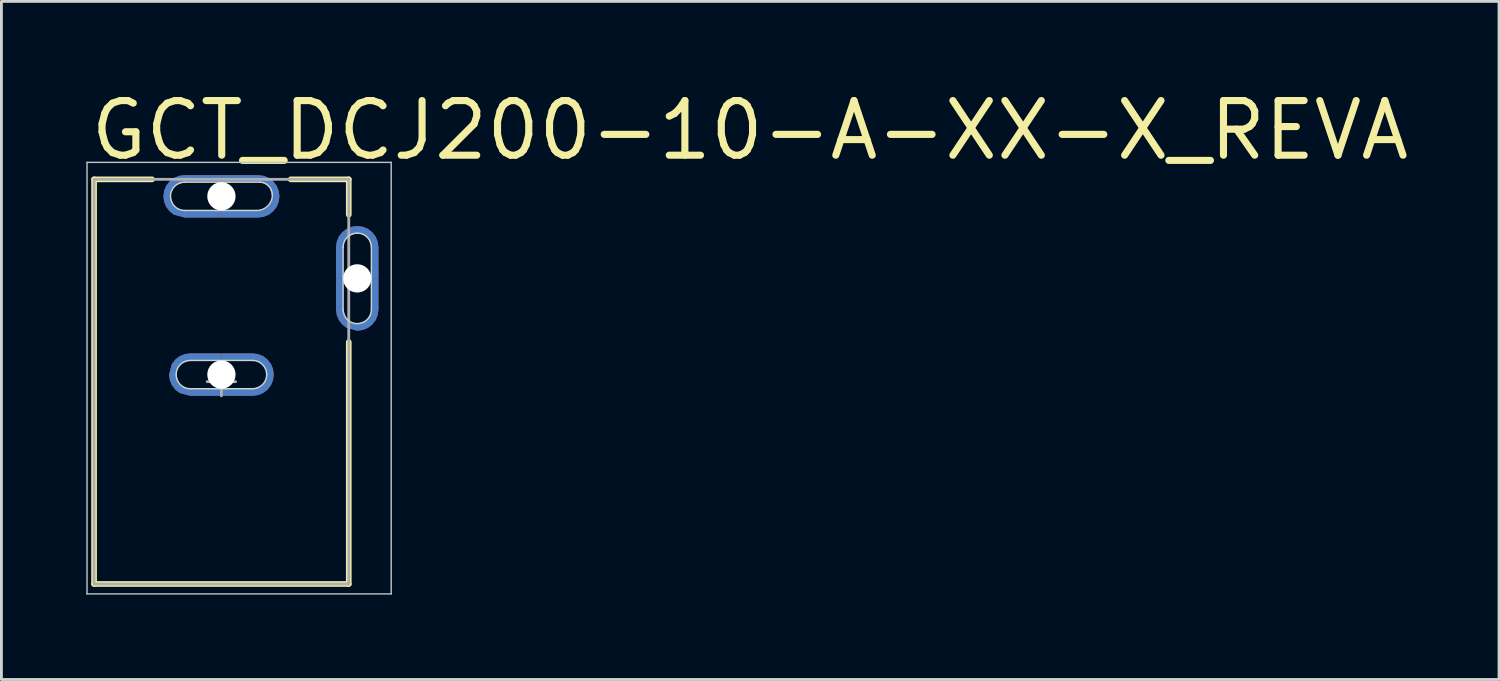
<source format=kicad_pcb>
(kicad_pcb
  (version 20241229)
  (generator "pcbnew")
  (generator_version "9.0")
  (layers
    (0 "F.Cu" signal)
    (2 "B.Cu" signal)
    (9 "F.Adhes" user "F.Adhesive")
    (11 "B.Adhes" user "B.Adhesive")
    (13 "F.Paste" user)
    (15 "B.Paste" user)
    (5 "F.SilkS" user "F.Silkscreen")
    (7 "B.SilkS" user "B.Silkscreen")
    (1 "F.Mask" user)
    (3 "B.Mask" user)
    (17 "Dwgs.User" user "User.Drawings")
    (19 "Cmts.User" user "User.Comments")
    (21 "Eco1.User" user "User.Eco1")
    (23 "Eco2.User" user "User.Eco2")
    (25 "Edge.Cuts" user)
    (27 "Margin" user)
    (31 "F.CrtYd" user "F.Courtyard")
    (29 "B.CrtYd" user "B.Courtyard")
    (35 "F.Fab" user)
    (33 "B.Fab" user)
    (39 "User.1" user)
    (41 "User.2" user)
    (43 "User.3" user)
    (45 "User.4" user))
  (footprint "GCT_DCJ200-10-A-XX-X_REVA"
    (layer "F.Cu")
    (at 4.775 10.438)
    (property "Reference" "GCT_DCJ200-10-A-XX-X_REVA" (at -4.752 -7.754 0) (layer "F.SilkS") (effects (font (size 1.931 1.931) (thickness 0.251)) (justify left bottom)))
    (attr through_hole)
    (fp_poly (pts (xy 0 -7.05) (xy 0 -7.3) (xy -1.3 -7.3) (xy -1.494 -7.274) (xy -1.675 -7.2) (xy -1.83 -7.08) (xy -1.95 -6.925) (xy -2.024 -6.744) (xy -2.05 -6.55) (xy -2.024 -6.356) (xy -1.95 -6.175) (xy -1.83 -6.02) (xy -1.675 -5.9) (xy -1.3 -5.8) (xy 0 -5.8) (xy 0 -6.05) (xy -1.3 -6.05) (xy -1.455 -6.074) (xy -1.594 -6.145) (xy -1.705 -6.256) (xy -1.8 -6.55) (xy -1.776 -6.705) (xy -1.705 -6.844) (xy -1.594 -6.955) (xy -1.3 -7.05)) (stroke (width 0) (type solid)) (fill yes) (layer "F.Cu"))
    (fp_poly (pts (xy 4.3 -3.65) (xy 4.05 -3.65) (xy 4.05 -2.55) (xy 4.076 -2.356) (xy 4.15 -2.175) (xy 4.27 -2.02) (xy 4.425 -1.9) (xy 4.8 -1.8) (xy 4.994 -1.826) (xy 5.175 -1.9) (xy 5.33 -2.02) (xy 5.45 -2.175) (xy 5.524 -2.356) (xy 5.55 -2.55) (xy 5.55 -3.65) (xy 5.3 -3.65) (xy 5.3 -2.55) (xy 5.276 -2.395) (xy 5.205 -2.256) (xy 5.094 -2.145) (xy 4.8 -2.05) (xy 4.645 -2.074) (xy 4.506 -2.145) (xy 4.395 -2.256) (xy 4.3 -2.55)) (stroke (width 0) (type solid)) (fill yes) (layer "F.Cu"))
    (fp_poly (pts (xy 0 -6.05) (xy 0 -5.8) (xy 1.3 -5.8) (xy 1.494 -5.826) (xy 1.675 -5.9) (xy 1.83 -6.02) (xy 1.95 -6.175) (xy 2.024 -6.356) (xy 2.05 -6.55) (xy 2.024 -6.744) (xy 1.95 -6.925) (xy 1.83 -7.08) (xy 1.675 -7.2) (xy 1.494 -7.274) (xy 1.3 -7.3) (xy 0 -7.3) (xy 0 -7.05) (xy 1.3 -7.05) (xy 1.455 -7.026) (xy 1.594 -6.955) (xy 1.705 -6.844) (xy 1.8 -6.55) (xy 1.776 -6.395) (xy 1.705 -6.256) (xy 1.594 -6.145) (xy 1.3 -6.05)) (stroke (width 0) (type solid)) (fill yes) (layer "F.Cu"))
    (fp_poly (pts (xy 0 -0.75) (xy 0 -1) (xy -1.1 -1) (xy -1.1 -1) (xy -1.294 -0.974) (xy -1.475 -0.9) (xy -1.63 -0.78) (xy -1.75 -0.625) (xy -1.85 -0.25) (xy -1.824 -0.056) (xy -1.75 0.125) (xy -1.63 0.28) (xy -1.475 0.4) (xy -1.1 0.5) (xy 0 0.5) (xy 0 0.25) (xy -1.1 0.25) (xy -1.255 0.226) (xy -1.394 0.155) (xy -1.505 0.044) (xy -1.6 -0.25) (xy -1.6 -0.25) (xy -1.576 -0.405) (xy -1.505 -0.544) (xy -1.394 -0.655) (xy -1.1 -0.75)) (stroke (width 0) (type solid)) (fill yes) (layer "F.Cu"))
    (fp_poly (pts (xy 5.3 -3.65) (xy 5.55 -3.65) (xy 5.55 -4.75) (xy 5.524 -4.944) (xy 5.45 -5.125) (xy 5.33 -5.28) (xy 5.175 -5.4) (xy 4.994 -5.474) (xy 4.8 -5.5) (xy 4.606 -5.474) (xy 4.425 -5.4) (xy 4.27 -5.28) (xy 4.15 -5.125) (xy 4.076 -4.944) (xy 4.05 -4.75) (xy 4.05 -3.65) (xy 4.3 -3.65) (xy 4.3 -4.75) (xy 4.324 -4.905) (xy 4.395 -5.044) (xy 4.506 -5.155) (xy 4.8 -5.25) (xy 4.955 -5.226) (xy 5.094 -5.155) (xy 5.205 -5.044) (xy 5.3 -4.75)) (stroke (width 0) (type solid)) (fill yes) (layer "F.Cu"))
    (fp_poly (pts (xy 0 0.25) (xy 0 0.5) (xy 1.1 0.5) (xy 1.294 0.474) (xy 1.475 0.4) (xy 1.63 0.28) (xy 1.75 0.125) (xy 1.824 -0.056) (xy 1.85 -0.25) (xy 1.85 -0.25) (xy 1.824 -0.444) (xy 1.75 -0.625) (xy 1.63 -0.78) (xy 1.475 -0.9) (xy 1.294 -0.974) (xy 1.1 -1) (xy 0 -1) (xy 0 -0.75) (xy 1.1 -0.75) (xy 1.1 -0.75) (xy 1.255 -0.726) (xy 1.394 -0.655) (xy 1.505 -0.544) (xy 1.576 -0.405) (xy 1.6 -0.25) (xy 1.576 -0.095) (xy 1.505 0.044) (xy 1.394 0.155) (xy 1.1 0.25)) (stroke (width 0) (type solid)) (fill yes) (layer "F.Cu"))
    (fp_poly (pts (xy -2.152 -5.706) (xy 2.15 -5.706) (xy 2.15 -7.4) (xy -2.152 -7.4)) (stroke (width 0) (type solid)) (fill yes) (layer "F.Mask"))
    (fp_poly (pts (xy -1.951 0.6) (xy 1.95 0.6) (xy 1.95 -1.1) (xy -1.951 -1.1)) (stroke (width 0) (type solid)) (fill yes) (layer "F.Mask"))
    (fp_poly (pts (xy 5.65 -1.704) (xy 5.65 -5.6) (xy 3.954 -5.6) (xy 3.954 -1.704)) (stroke (width 0) (type solid)) (fill yes) (layer "F.Mask"))
    (fp_poly (pts (xy 0 -7.05) (xy 0 -7.3) (xy -1.3 -7.3) (xy -1.494 -7.274) (xy -1.675 -7.2) (xy -1.83 -7.08) (xy -1.95 -6.925) (xy -2.024 -6.744) (xy -2.05 -6.55) (xy -2.024 -6.356) (xy -1.95 -6.175) (xy -1.83 -6.02) (xy -1.675 -5.9) (xy -1.3 -5.8) (xy 0 -5.8) (xy 0 -6.05) (xy -1.3 -6.05) (xy -1.455 -6.074) (xy -1.594 -6.145) (xy -1.705 -6.256) (xy -1.8 -6.55) (xy -1.776 -6.705) (xy -1.705 -6.844) (xy -1.594 -6.955) (xy -1.3 -7.05)) (stroke (width 0) (type solid)) (fill yes) (layer "B.Cu"))
    (fp_poly (pts (xy 4.3 -3.65) (xy 4.05 -3.65) (xy 4.05 -2.55) (xy 4.076 -2.356) (xy 4.15 -2.175) (xy 4.27 -2.02) (xy 4.425 -1.9) (xy 4.8 -1.8) (xy 4.994 -1.826) (xy 5.175 -1.9) (xy 5.33 -2.02) (xy 5.45 -2.175) (xy 5.524 -2.356) (xy 5.55 -2.55) (xy 5.55 -3.65) (xy 5.3 -3.65) (xy 5.3 -2.55) (xy 5.276 -2.395) (xy 5.205 -2.256) (xy 5.094 -2.145) (xy 4.8 -2.05) (xy 4.645 -2.074) (xy 4.506 -2.145) (xy 4.395 -2.256) (xy 4.3 -2.55)) (stroke (width 0) (type solid)) (fill yes) (layer "B.Cu"))
    (fp_poly (pts (xy 0 -6.05) (xy 0 -5.8) (xy 1.3 -5.8) (xy 1.494 -5.826) (xy 1.675 -5.9) (xy 1.83 -6.02) (xy 1.95 -6.175) (xy 2.024 -6.356) (xy 2.05 -6.55) (xy 2.024 -6.744) (xy 1.95 -6.925) (xy 1.83 -7.08) (xy 1.675 -7.2) (xy 1.494 -7.274) (xy 1.3 -7.3) (xy 0 -7.3) (xy 0 -7.05) (xy 1.3 -7.05) (xy 1.455 -7.026) (xy 1.594 -6.955) (xy 1.705 -6.844) (xy 1.8 -6.55) (xy 1.776 -6.395) (xy 1.705 -6.256) (xy 1.594 -6.145) (xy 1.3 -6.05)) (stroke (width 0) (type solid)) (fill yes) (layer "B.Cu"))
    (fp_poly (pts (xy 0 -0.75) (xy 0 -1) (xy -1.1 -1) (xy -1.1 -1) (xy -1.294 -0.974) (xy -1.475 -0.9) (xy -1.63 -0.78) (xy -1.75 -0.625) (xy -1.85 -0.25) (xy -1.824 -0.056) (xy -1.75 0.125) (xy -1.63 0.28) (xy -1.475 0.4) (xy -1.1 0.5) (xy 0 0.5) (xy 0 0.25) (xy -1.1 0.25) (xy -1.255 0.226) (xy -1.394 0.155) (xy -1.505 0.044) (xy -1.6 -0.25) (xy -1.6 -0.25) (xy -1.576 -0.405) (xy -1.505 -0.544) (xy -1.394 -0.655) (xy -1.1 -0.75)) (stroke (width 0) (type solid)) (fill yes) (layer "B.Cu"))
    (fp_poly (pts (xy 5.3 -3.65) (xy 5.55 -3.65) (xy 5.55 -4.75) (xy 5.524 -4.944) (xy 5.45 -5.125) (xy 5.33 -5.28) (xy 5.175 -5.4) (xy 4.994 -5.474) (xy 4.8 -5.5) (xy 4.606 -5.474) (xy 4.425 -5.4) (xy 4.27 -5.28) (xy 4.15 -5.125) (xy 4.076 -4.944) (xy 4.05 -4.75) (xy 4.05 -3.65) (xy 4.3 -3.65) (xy 4.3 -4.75) (xy 4.324 -4.905) (xy 4.395 -5.044) (xy 4.506 -5.155) (xy 4.8 -5.25) (xy 4.955 -5.226) (xy 5.094 -5.155) (xy 5.205 -5.044) (xy 5.3 -4.75)) (stroke (width 0) (type solid)) (fill yes) (layer "B.Cu"))
    (fp_poly (pts (xy 0 0.25) (xy 0 0.5) (xy 1.1 0.5) (xy 1.294 0.474) (xy 1.475 0.4) (xy 1.63 0.28) (xy 1.75 0.125) (xy 1.824 -0.056) (xy 1.85 -0.25) (xy 1.85 -0.25) (xy 1.824 -0.444) (xy 1.75 -0.625) (xy 1.63 -0.78) (xy 1.475 -0.9) (xy 1.294 -0.974) (xy 1.1 -1) (xy 0 -1) (xy 0 -0.75) (xy 1.1 -0.75) (xy 1.1 -0.75) (xy 1.255 -0.726) (xy 1.394 -0.655) (xy 1.505 -0.544) (xy 1.576 -0.405) (xy 1.6 -0.25) (xy 1.576 -0.095) (xy 1.505 0.044) (xy 1.394 0.155) (xy 1.1 0.25)) (stroke (width 0) (type solid)) (fill yes) (layer "B.Cu"))
    (fp_poly (pts (xy -2.154 -5.71) (xy 2.15 -5.71) (xy 2.15 -7.4) (xy -2.154 -7.4)) (stroke (width 0) (type solid)) (fill yes) (layer "B.Mask"))
    (fp_poly (pts (xy -1.95 0.6) (xy 1.95 0.6) (xy 1.95 -1.1) (xy -1.95 -1.1)) (stroke (width 0) (type solid)) (fill yes) (layer "B.Mask"))
    (fp_poly (pts (xy 5.65 -1.705) (xy 5.65 -5.6) (xy 3.955 -5.6) (xy 3.955 -1.705)) (stroke (width 0) (type solid)) (fill yes) (layer "B.Mask"))
    (fp_line (start -4.5 -7.15) (end -4.5 7.15) (stroke (width 0.2) (type solid)) (layer "F.SilkS"))
    (fp_line (start -4.5 7.15) (end 4.5 7.15) (stroke (width 0.2) (type solid)) (layer "F.SilkS"))
    (fp_line (start -2.45 -7.15) (end -4.5 -7.15) (stroke (width 0.2) (type solid)) (layer "F.SilkS"))
    (fp_line (start 2.45 -7.15) (end 4.5 -7.15) (stroke (width 0.2) (type solid)) (layer "F.SilkS"))
    (fp_line (start 4.5 -7.15) (end 4.5 -5.9) (stroke (width 0.2) (type solid)) (layer "F.SilkS"))
    (fp_line (start 4.5 7.15) (end 4.5 -1.4) (stroke (width 0.2) (type solid)) (layer "F.SilkS"))
    (fp_poly (pts (xy 0 -7.05) (xy 0 -7.3) (xy -1.3 -7.3) (xy -1.494 -7.274) (xy -1.675 -7.2) (xy -1.83 -7.08) (xy -1.95 -6.925) (xy -2.024 -6.744) (xy -2.05 -6.55) (xy -2.024 -6.356) (xy -1.95 -6.175) (xy -1.83 -6.02) (xy -1.675 -5.9) (xy -1.3 -5.8) (xy 0 -5.8) (xy 0 -6.05) (xy -1.3 -6.05) (xy -1.455 -6.074) (xy -1.594 -6.145) (xy -1.705 -6.256) (xy -1.8 -6.55) (xy -1.776 -6.705) (xy -1.705 -6.844) (xy -1.594 -6.955) (xy -1.3 -7.05)) (stroke (width 0) (type solid)) (fill yes) (layer "F.Paste"))
    (fp_poly (pts (xy 4.3 -3.65) (xy 4.05 -3.65) (xy 4.05 -2.55) (xy 4.076 -2.356) (xy 4.15 -2.175) (xy 4.27 -2.02) (xy 4.425 -1.9) (xy 4.8 -1.8) (xy 4.994 -1.826) (xy 5.175 -1.9) (xy 5.33 -2.02) (xy 5.45 -2.175) (xy 5.524 -2.356) (xy 5.55 -2.55) (xy 5.55 -3.65) (xy 5.3 -3.65) (xy 5.3 -2.55) (xy 5.276 -2.395) (xy 5.205 -2.256) (xy 5.094 -2.145) (xy 4.8 -2.05) (xy 4.645 -2.074) (xy 4.506 -2.145) (xy 4.395 -2.256) (xy 4.3 -2.55)) (stroke (width 0) (type solid)) (fill yes) (layer "F.Paste"))
    (fp_poly (pts (xy 0 -6.05) (xy 0 -5.8) (xy 1.3 -5.8) (xy 1.494 -5.826) (xy 1.675 -5.9) (xy 1.83 -6.02) (xy 1.95 -6.175) (xy 2.024 -6.356) (xy 2.05 -6.55) (xy 2.024 -6.744) (xy 1.95 -6.925) (xy 1.83 -7.08) (xy 1.675 -7.2) (xy 1.494 -7.274) (xy 1.3 -7.3) (xy 0 -7.3) (xy 0 -7.05) (xy 1.3 -7.05) (xy 1.455 -7.026) (xy 1.594 -6.955) (xy 1.705 -6.844) (xy 1.8 -6.55) (xy 1.776 -6.395) (xy 1.705 -6.256) (xy 1.594 -6.145) (xy 1.3 -6.05)) (stroke (width 0) (type solid)) (fill yes) (layer "F.Paste"))
    (fp_poly (pts (xy 0 -0.75) (xy 0 -1) (xy -1.1 -1) (xy -1.1 -1) (xy -1.294 -0.974) (xy -1.475 -0.9) (xy -1.63 -0.78) (xy -1.75 -0.625) (xy -1.85 -0.25) (xy -1.824 -0.056) (xy -1.75 0.125) (xy -1.63 0.28) (xy -1.475 0.4) (xy -1.1 0.5) (xy 0 0.5) (xy 0 0.25) (xy -1.1 0.25) (xy -1.255 0.226) (xy -1.394 0.155) (xy -1.505 0.044) (xy -1.6 -0.25) (xy -1.6 -0.25) (xy -1.576 -0.405) (xy -1.505 -0.544) (xy -1.394 -0.655) (xy -1.1 -0.75)) (stroke (width 0) (type solid)) (fill yes) (layer "F.Paste"))
    (fp_poly (pts (xy 5.3 -3.65) (xy 5.55 -3.65) (xy 5.55 -4.75) (xy 5.524 -4.944) (xy 5.45 -5.125) (xy 5.33 -5.28) (xy 5.175 -5.4) (xy 4.994 -5.474) (xy 4.8 -5.5) (xy 4.606 -5.474) (xy 4.425 -5.4) (xy 4.27 -5.28) (xy 4.15 -5.125) (xy 4.076 -4.944) (xy 4.05 -4.75) (xy 4.05 -3.65) (xy 4.3 -3.65) (xy 4.3 -4.75) (xy 4.324 -4.905) (xy 4.395 -5.044) (xy 4.506 -5.155) (xy 4.8 -5.25) (xy 4.955 -5.226) (xy 5.094 -5.155) (xy 5.205 -5.044) (xy 5.3 -4.75)) (stroke (width 0) (type solid)) (fill yes) (layer "F.Paste"))
    (fp_poly (pts (xy 0 0.25) (xy 0 0.5) (xy 1.1 0.5) (xy 1.294 0.474) (xy 1.475 0.4) (xy 1.63 0.28) (xy 1.75 0.125) (xy 1.824 -0.056) (xy 1.85 -0.25) (xy 1.85 -0.25) (xy 1.824 -0.444) (xy 1.75 -0.625) (xy 1.63 -0.78) (xy 1.475 -0.9) (xy 1.294 -0.974) (xy 1.1 -1) (xy 0 -1) (xy 0 -0.75) (xy 1.1 -0.75) (xy 1.1 -0.75) (xy 1.255 -0.726) (xy 1.394 -0.655) (xy 1.505 -0.544) (xy 1.576 -0.405) (xy 1.6 -0.25) (xy 1.576 -0.095) (xy 1.505 0.044) (xy 1.394 0.155) (xy 1.1 0.25)) (stroke (width 0) (type solid)) (fill yes) (layer "F.Paste"))
    (fp_poly (pts (xy 0 -7.05) (xy 0 -7.3) (xy -1.3 -7.3) (xy -1.494 -7.274) (xy -1.675 -7.2) (xy -1.83 -7.08) (xy -1.95 -6.925) (xy -2.024 -6.744) (xy -2.05 -6.55) (xy -2.024 -6.356) (xy -1.95 -6.175) (xy -1.83 -6.02) (xy -1.675 -5.9) (xy -1.3 -5.8) (xy 0 -5.8) (xy 0 -6.05) (xy -1.3 -6.05) (xy -1.455 -6.074) (xy -1.594 -6.145) (xy -1.705 -6.256) (xy -1.8 -6.55) (xy -1.776 -6.705) (xy -1.705 -6.844) (xy -1.594 -6.955) (xy -1.3 -7.05)) (stroke (width 0) (type solid)) (fill yes) (layer "B.Paste"))
    (fp_poly (pts (xy 4.3 -3.65) (xy 4.05 -3.65) (xy 4.05 -2.55) (xy 4.076 -2.356) (xy 4.15 -2.175) (xy 4.27 -2.02) (xy 4.425 -1.9) (xy 4.8 -1.8) (xy 4.994 -1.826) (xy 5.175 -1.9) (xy 5.33 -2.02) (xy 5.45 -2.175) (xy 5.524 -2.356) (xy 5.55 -2.55) (xy 5.55 -3.65) (xy 5.3 -3.65) (xy 5.3 -2.55) (xy 5.276 -2.395) (xy 5.205 -2.256) (xy 5.094 -2.145) (xy 4.8 -2.05) (xy 4.645 -2.074) (xy 4.506 -2.145) (xy 4.395 -2.256) (xy 4.3 -2.55)) (stroke (width 0) (type solid)) (fill yes) (layer "B.Paste"))
    (fp_poly (pts (xy 0 -6.05) (xy 0 -5.8) (xy 1.3 -5.8) (xy 1.494 -5.826) (xy 1.675 -5.9) (xy 1.83 -6.02) (xy 1.95 -6.175) (xy 2.024 -6.356) (xy 2.05 -6.55) (xy 2.024 -6.744) (xy 1.95 -6.925) (xy 1.83 -7.08) (xy 1.675 -7.2) (xy 1.494 -7.274) (xy 1.3 -7.3) (xy 0 -7.3) (xy 0 -7.05) (xy 1.3 -7.05) (xy 1.455 -7.026) (xy 1.594 -6.955) (xy 1.705 -6.844) (xy 1.8 -6.55) (xy 1.776 -6.395) (xy 1.705 -6.256) (xy 1.594 -6.145) (xy 1.3 -6.05)) (stroke (width 0) (type solid)) (fill yes) (layer "B.Paste"))
    (fp_poly (pts (xy 0 -0.75) (xy 0 -1) (xy -1.1 -1) (xy -1.1 -1) (xy -1.294 -0.974) (xy -1.475 -0.9) (xy -1.63 -0.78) (xy -1.75 -0.625) (xy -1.85 -0.25) (xy -1.824 -0.056) (xy -1.75 0.125) (xy -1.63 0.28) (xy -1.475 0.4) (xy -1.1 0.5) (xy 0 0.5) (xy 0 0.25) (xy -1.1 0.25) (xy -1.255 0.226) (xy -1.394 0.155) (xy -1.505 0.044) (xy -1.6 -0.25) (xy -1.6 -0.25) (xy -1.576 -0.405) (xy -1.505 -0.544) (xy -1.394 -0.655) (xy -1.1 -0.75)) (stroke (width 0) (type solid)) (fill yes) (layer "B.Paste"))
    (fp_poly (pts (xy 5.3 -3.65) (xy 5.55 -3.65) (xy 5.55 -4.75) (xy 5.524 -4.944) (xy 5.45 -5.125) (xy 5.33 -5.28) (xy 5.175 -5.4) (xy 4.994 -5.474) (xy 4.8 -5.5) (xy 4.606 -5.474) (xy 4.425 -5.4) (xy 4.27 -5.28) (xy 4.15 -5.125) (xy 4.076 -4.944) (xy 4.05 -4.75) (xy 4.05 -3.65) (xy 4.3 -3.65) (xy 4.3 -4.75) (xy 4.324 -4.905) (xy 4.395 -5.044) (xy 4.506 -5.155) (xy 4.8 -5.25) (xy 4.955 -5.226) (xy 5.094 -5.155) (xy 5.205 -5.044) (xy 5.3 -4.75)) (stroke (width 0) (type solid)) (fill yes) (layer "B.Paste"))
    (fp_poly (pts (xy 0 0.25) (xy 0 0.5) (xy 1.1 0.5) (xy 1.294 0.474) (xy 1.475 0.4) (xy 1.63 0.28) (xy 1.75 0.125) (xy 1.824 -0.056) (xy 1.85 -0.25) (xy 1.85 -0.25) (xy 1.824 -0.444) (xy 1.75 -0.625) (xy 1.63 -0.78) (xy 1.475 -0.9) (xy 1.294 -0.974) (xy 1.1 -1) (xy 0 -1) (xy 0 -0.75) (xy 1.1 -0.75) (xy 1.1 -0.75) (xy 1.255 -0.726) (xy 1.394 -0.655) (xy 1.505 -0.544) (xy 1.576 -0.405) (xy 1.6 -0.25) (xy 1.576 -0.095) (xy 1.505 0.044) (xy 1.394 0.155) (xy 1.1 0.25)) (stroke (width 0) (type solid)) (fill yes) (layer "B.Paste"))
    (fp_line (start -4.75 -7.75) (end 6 -7.75) (stroke (width 0.05) (type solid)) (layer "Dwgs.User"))
    (fp_line (start -4.75 7.5) (end -4.75 -7.75) (stroke (width 0.05) (type solid)) (layer "Dwgs.User"))
    (fp_line (start 6 -7.75) (end 6 7.5) (stroke (width 0.05) (type solid)) (layer "Dwgs.User"))
    (fp_line (start 6 7.5) (end -4.75 7.5) (stroke (width 0.05) (type solid)) (layer "Dwgs.User"))
    (fp_line (start -1.3 -6.05) (end 1.25 -6.05) (stroke (width 0.05) (type solid)) (layer "Edge.Cuts"))
    (fp_line (start -1.1 0.25) (end 1.1 0.25) (stroke (width 0.05) (type solid)) (layer "Edge.Cuts"))
    (fp_line (start 1.1 -0.75) (end -1.1 -0.75) (stroke (width 0.05) (type solid)) (layer "Edge.Cuts"))
    (fp_line (start 1.35 -7.05) (end -1.3 -7.05) (stroke (width 0.05) (type solid)) (layer "Edge.Cuts"))
    (fp_line (start 4.3 -4.75) (end 4.3 -2.55) (stroke (width 0.05) (type solid)) (layer "Edge.Cuts"))
    (fp_line (start 5.3 -2.55) (end 5.3 -4.75) (stroke (width 0.05) (type solid)) (layer "Edge.Cuts"))
    (fp_arc (start -1.8 -6.55) (mid -1.653553 -6.903553) (end -1.3 -7.05) (stroke (width 0.05) (type solid)) (layer "Edge.Cuts"))
    (fp_arc (start -1.600001 -0.249999) (mid -1.453554 -0.603553) (end -1.1 -0.75) (stroke (width 0.05) (type solid)) (layer "Edge.Cuts"))
    (fp_arc (start -1.3 -6.05) (mid -1.653553 -6.196447) (end -1.8 -6.55) (stroke (width 0.05) (type solid)) (layer "Edge.Cuts"))
    (fp_arc (start -1.1 0.25) (mid -1.453553 0.103553) (end -1.6 -0.25) (stroke (width 0.05) (type solid)) (layer "Edge.Cuts"))
    (fp_arc (start 1.099999 -0.749999) (mid 1.453553 -0.603553) (end 1.6 -0.25) (stroke (width 0.05) (type solid)) (layer "Edge.Cuts"))
    (fp_arc (start 1.35 -7.05) (mid 1.668198 -6.918198) (end 1.8 -6.6) (stroke (width 0.05) (type solid)) (layer "Edge.Cuts"))
    (fp_arc (start 1.6 -0.25) (mid 1.453553 0.103553) (end 1.1 0.25) (stroke (width 0.05) (type solid)) (layer "Edge.Cuts"))
    (fp_arc (start 1.8 -6.6) (mid 1.638909 -6.211091) (end 1.25 -6.05) (stroke (width 0.05) (type solid)) (layer "Edge.Cuts"))
    (fp_arc (start 4.3 -4.75) (mid 4.446447 -5.103553) (end 4.8 -5.25) (stroke (width 0.05) (type solid)) (layer "Edge.Cuts"))
    (fp_arc (start 4.8 -5.25) (mid 5.153553 -5.103553) (end 5.3 -4.75) (stroke (width 0.05) (type solid)) (layer "Edge.Cuts"))
    (fp_arc (start 4.8 -2.05) (mid 4.446447 -2.196447) (end 4.3 -2.55) (stroke (width 0.05) (type solid)) (layer "Edge.Cuts"))
    (fp_arc (start 5.3 -2.55) (mid 5.153553 -2.196447) (end 4.8 -2.05) (stroke (width 0.05) (type solid)) (layer "Edge.Cuts"))
    (fp_line (start -4.5 -7.15) (end 4.5 -7.15) (stroke (width 0.1) (type solid)) (layer "F.Fab"))
    (fp_line (start -4.5 7.15) (end -4.5 -7.15) (stroke (width 0.1) (type solid)) (layer "F.Fab"))
    (fp_line (start -4.5 7.15) (end 4.5 7.15) (stroke (width 0.1) (type solid)) (layer "F.Fab"))
    (fp_line (start -0.5 0) (end 0.5 0) (stroke (width 0.1) (type solid)) (layer "F.Fab"))
    (fp_line (start 0 0.5) (end 0 -0.5) (stroke (width 0.1) (type solid)) (layer "F.Fab"))
    (fp_line (start 4.5 7.15) (end 4.5 -7.15) (stroke (width 0.1) (type solid)) (layer "F.Fab"))
    (pad "" np_thru_hole circle (at 0 -6.55) (size 1 1) (drill 1) (layers "*.Cu" "*.Mask"))
    (pad "" np_thru_hole circle (at 0 -0.25) (size 1 1) (drill 1) (layers "*.Cu" "*.Mask"))
    (pad "" np_thru_hole circle (at 4.8 -3.65) (size 1 1) (drill 1) (layers "*.Cu" "*.Mask"))
    (pad "1" smd rect (at 0 -5.95) (size 0.1 0.1) (layers "F.Cu" "F.Mask"))
    (pad "2" smd rect (at 0 -0.9) (size 0.1 0.1) (layers "F.Cu" "F.Mask"))
    (pad "3" smd rect (at 4.2 -3.65) (size 0.1 0.1) (layers "F.Cu" "F.Mask")))
  (gr_rect
    (start -3 -3)
    (end 49.925 20.963)
    (stroke (width 0.1) (type default))
    (fill no)
    (layer "Edge.Cuts")))
</source>
